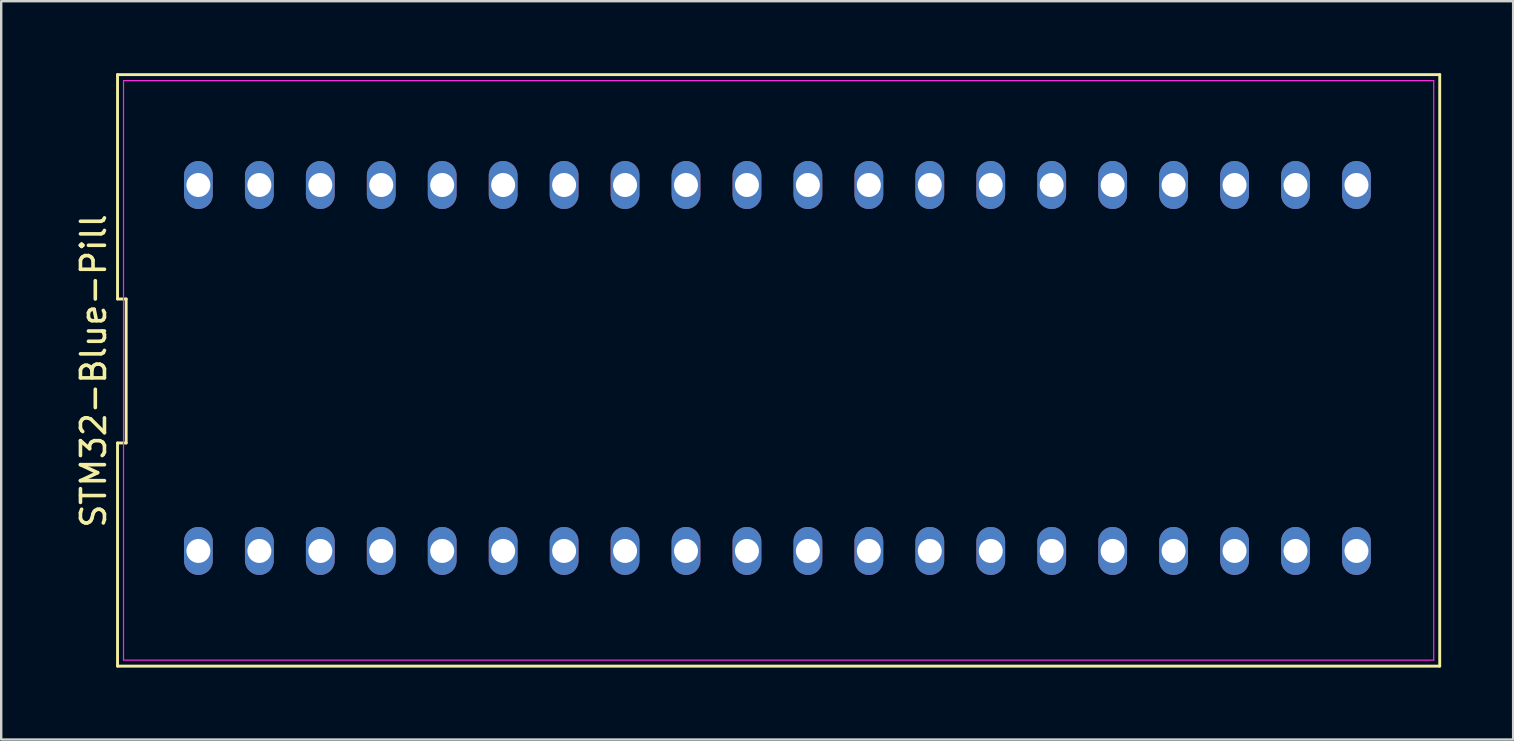
<source format=kicad_pcb>
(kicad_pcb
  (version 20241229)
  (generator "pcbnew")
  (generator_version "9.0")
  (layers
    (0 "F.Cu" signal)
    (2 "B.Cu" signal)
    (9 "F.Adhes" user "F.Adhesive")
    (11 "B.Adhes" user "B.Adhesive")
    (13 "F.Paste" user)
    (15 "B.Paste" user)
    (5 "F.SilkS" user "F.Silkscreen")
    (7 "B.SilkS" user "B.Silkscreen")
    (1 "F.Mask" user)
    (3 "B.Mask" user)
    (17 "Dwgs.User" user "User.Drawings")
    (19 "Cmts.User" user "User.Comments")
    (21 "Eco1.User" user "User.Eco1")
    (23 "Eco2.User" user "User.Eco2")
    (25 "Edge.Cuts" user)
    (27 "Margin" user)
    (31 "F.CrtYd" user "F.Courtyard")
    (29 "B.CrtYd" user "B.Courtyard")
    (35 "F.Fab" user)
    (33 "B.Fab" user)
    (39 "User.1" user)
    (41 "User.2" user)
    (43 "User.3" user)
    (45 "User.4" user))
  (footprint "STM32-Blue-Pill"
    (layer "F.Cu")
    (at 29.348 12.41)
    (property "Reference" "STM32-Blue-Pill" (at -28.5 0 90) (unlocked yes) (layer "F.SilkS") (effects (font (size 1 1) (thickness 0.15))))
    (attr through_hole)
    (fp_line (start -27.5 -12.35) (end -27.5 -3) (stroke (width 0.12) (type default)) (layer "F.SilkS"))
    (fp_line (start -27.5 -3) (end -27.14 -3) (stroke (width 0.12) (type default)) (layer "F.SilkS"))
    (fp_line (start -27.5 3) (end -27.5 12.3) (stroke (width 0.12) (type default)) (layer "F.SilkS"))
    (fp_line (start -27.5 12.3) (end 27.6 12.3) (stroke (width 0.12) (type default)) (layer "F.SilkS"))
    (fp_line (start -27.14 -3) (end -27.14 3) (stroke (width 0.12) (type default)) (layer "F.SilkS"))
    (fp_line (start -27.14 3) (end -27.5 3) (stroke (width 0.12) (type default)) (layer "F.SilkS"))
    (fp_line (start 27.6 -12.35) (end -27.5 -12.35) (stroke (width 0.12) (type default)) (layer "F.SilkS"))
    (fp_line (start 27.6 12.3) (end 27.6 -12.35) (stroke (width 0.12) (type default)) (layer "F.SilkS"))
    (fp_line (start -27.25 -12.1) (end 27.35 -12.1) (stroke (width 0.05) (type default)) (layer "F.CrtYd"))
    (fp_line (start -27.25 12.05) (end -27.25 -12.1) (stroke (width 0.05) (type default)) (layer "F.CrtYd"))
    (fp_line (start 27.35 -12.1) (end 27.35 12.05) (stroke (width 0.05) (type default)) (layer "F.CrtYd"))
    (fp_line (start 27.35 12.05) (end -27.25 12.05) (stroke (width 0.05) (type default)) (layer "F.CrtYd"))
    (pad "1" thru_hole oval (at -24.13 7.5) (size 1.2 2) (drill 1) (layers "*.Cu" "*.Mask"))
    (pad "2" thru_hole oval (at -21.59 7.5) (size 1.2 2) (drill 1) (layers "*.Cu" "*.Mask"))
    (pad "3" thru_hole oval (at -19.05 7.5) (size 1.2 2) (drill 1) (layers "*.Cu" "*.Mask"))
    (pad "4" thru_hole oval (at -16.51 7.5) (size 1.2 2) (drill 1) (layers "*.Cu" "*.Mask"))
    (pad "5" thru_hole oval (at -13.97 7.5) (size 1.2 2) (drill 1) (layers "*.Cu" "*.Mask"))
    (pad "6" thru_hole oval (at -11.43 7.5) (size 1.2 2) (drill 1) (layers "*.Cu" "*.Mask"))
    (pad "7" thru_hole oval (at -8.89 7.5) (size 1.2 2) (drill 1) (layers "*.Cu" "*.Mask"))
    (pad "8" thru_hole oval (at -6.35 7.5) (size 1.2 2) (drill 1) (layers "*.Cu" "*.Mask"))
    (pad "9" thru_hole oval (at -3.81 7.5) (size 1.2 2) (drill 1) (layers "*.Cu" "*.Mask"))
    (pad "10" thru_hole oval (at -1.27 7.5) (size 1.2 2) (drill 1) (layers "*.Cu" "*.Mask"))
    (pad "11" thru_hole oval (at 1.27 7.5) (size 1.2 2) (drill 1) (layers "*.Cu" "*.Mask"))
    (pad "12" thru_hole oval (at 3.81 7.5) (size 1.2 2) (drill 1) (layers "*.Cu" "*.Mask"))
    (pad "13" thru_hole oval (at 6.35 7.5) (size 1.2 2) (drill 1) (layers "*.Cu" "*.Mask"))
    (pad "14" thru_hole oval (at 8.89 7.5) (size 1.2 2) (drill 1) (layers "*.Cu" "*.Mask"))
    (pad "15" thru_hole oval (at 11.43 7.5) (size 1.2 2) (drill 1) (layers "*.Cu" "*.Mask"))
    (pad "16" thru_hole oval (at 13.97 7.5) (size 1.2 2) (drill 1) (layers "*.Cu" "*.Mask"))
    (pad "17" thru_hole oval (at 16.51 7.5) (size 1.2 2) (drill 1) (layers "*.Cu" "*.Mask"))
    (pad "18" thru_hole oval (at 19.05 7.5) (size 1.2 2) (drill 1) (layers "*.Cu" "*.Mask"))
    (pad "19" thru_hole oval (at 21.59 7.5) (size 1.2 2) (drill 1) (layers "*.Cu" "*.Mask"))
    (pad "20" thru_hole oval (at 24.13 7.5) (size 1.2 2) (drill 1) (layers "*.Cu" "*.Mask"))
    (pad "21" thru_hole oval (at 24.13 -7.75) (size 1.2 2) (drill 1) (layers "*.Cu" "*.Mask"))
    (pad "22" thru_hole oval (at 21.59 -7.75) (size 1.2 2) (drill 1) (layers "*.Cu" "*.Mask"))
    (pad "23" thru_hole oval (at 19.05 -7.75) (size 1.2 2) (drill 1) (layers "*.Cu" "*.Mask"))
    (pad "24" thru_hole oval (at 16.51 -7.75) (size 1.2 2) (drill 1) (layers "*.Cu" "*.Mask"))
    (pad "25" thru_hole oval (at 13.97 -7.75) (size 1.2 2) (drill 1) (layers "*.Cu" "*.Mask"))
    (pad "26" thru_hole oval (at 11.43 -7.75) (size 1.2 2) (drill 1) (layers "*.Cu" "*.Mask"))
    (pad "27" thru_hole oval (at 8.89 -7.75) (size 1.2 2) (drill 1) (layers "*.Cu" "*.Mask"))
    (pad "28" thru_hole oval (at 6.35 -7.75) (size 1.2 2) (drill 1) (layers "*.Cu" "*.Mask"))
    (pad "29" thru_hole oval (at 3.81 -7.75) (size 1.2 2) (drill 1) (layers "*.Cu" "*.Mask"))
    (pad "30" thru_hole oval (at 1.27 -7.75) (size 1.2 2) (drill 1) (layers "*.Cu" "*.Mask"))
    (pad "31" thru_hole oval (at -1.27 -7.75) (size 1.2 2) (drill 1) (layers "*.Cu" "*.Mask"))
    (pad "32" thru_hole oval (at -3.81 -7.75) (size 1.2 2) (drill 1) (layers "*.Cu" "*.Mask"))
    (pad "33" thru_hole oval (at -6.35 -7.75) (size 1.2 2) (drill 1) (layers "*.Cu" "*.Mask"))
    (pad "34" thru_hole oval (at -8.89 -7.75) (size 1.2 2) (drill 1) (layers "*.Cu" "*.Mask"))
    (pad "35" thru_hole oval (at -11.43 -7.75) (size 1.2 2) (drill 1) (layers "*.Cu" "*.Mask"))
    (pad "36" thru_hole oval (at -13.97 -7.75) (size 1.2 2) (drill 1) (layers "*.Cu" "*.Mask"))
    (pad "37" thru_hole oval (at -16.51 -7.75) (size 1.2 2) (drill 1) (layers "*.Cu" "*.Mask"))
    (pad "38" thru_hole oval (at -19.05 -7.75) (size 1.2 2) (drill 1) (layers "*.Cu" "*.Mask"))
    (pad "39" thru_hole oval (at -21.59 -7.75) (size 1.2 2) (drill 1) (layers "*.Cu" "*.Mask"))
    (pad "40" thru_hole oval (at -24.13 -7.75) (size 1.2 2) (drill 1) (layers "*.Cu" "*.Mask")))
  (gr_rect
    (start -3 -3)
    (end 60.008 27.77)
    (stroke (width 0.1) (type default))
    (fill no)
    (layer "Edge.Cuts")))
</source>
